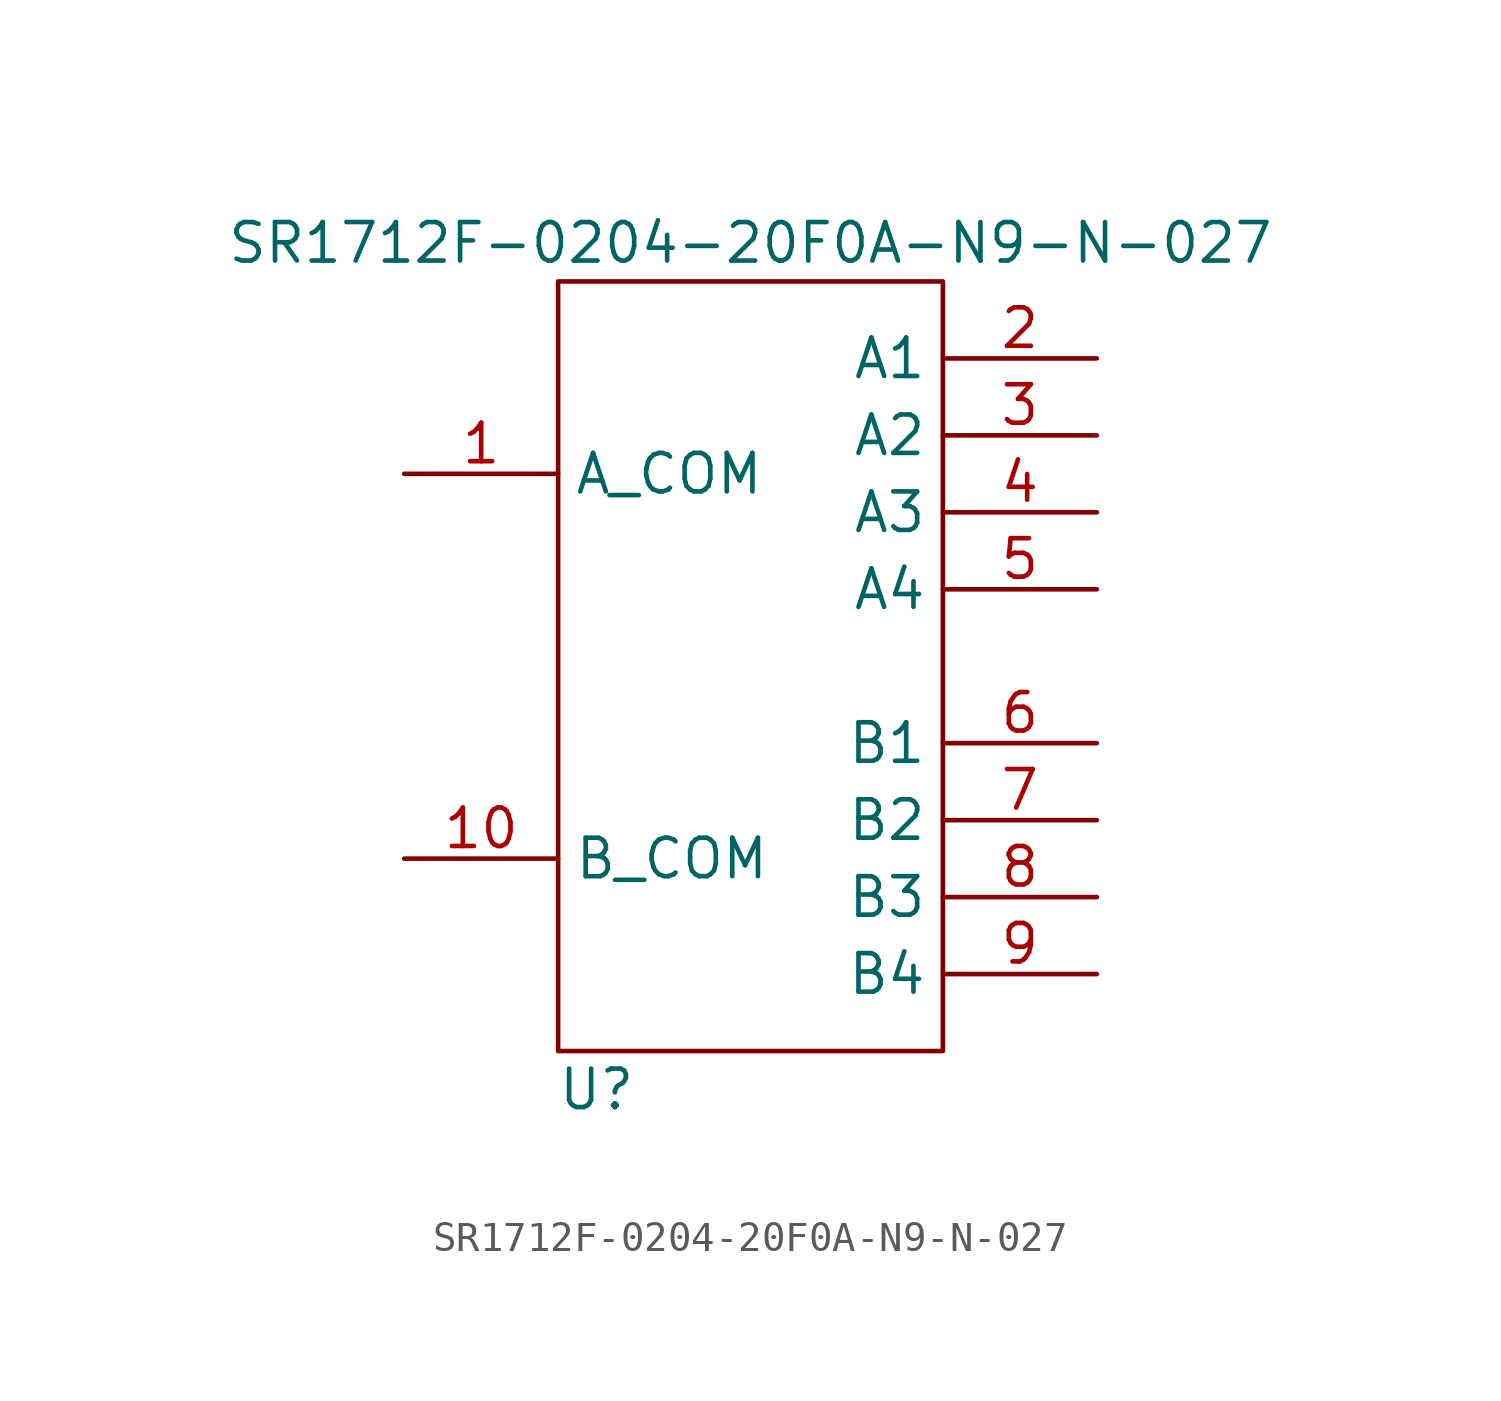
<source format=kicad_sym>
(kicad_symbol_lib
  (version 20211014)
  (generator kicad_symbol_editor)
  (symbol "SR1712F-0204-20F0A-N9-N-027"
    (property "Reference" "U"
      (at -5.08 -13.97 0)
      (effects (font (size 1.27 1.27))))
    (property "Value" "SR1712F-0204-20F0A-N9-N-027"
      (at 0 13.97 0)
      (effects (font (size 1.27 1.27))))
    (symbol "SR1712F-0204-20F0A-N9-N-027_0_1"
      (rectangle (start -6.35 12.7) (end 6.35 -12.7) (stroke (width 0.152) (type default) (color 0 0 0 0)) (fill (type none))))
    (symbol "SR1712F-0204-20F0A-N9-N-027_1_1"
      (pin passive line (at -11.43 6.35 0) (length 5.08) (name "A_COM" (effects (font (size 1.27 1.27)))) (number "1" (effects (font (size 1.27 1.27)))))
      (pin passive line (at -11.43 -6.35 0) (length 5.08) (name "B_COM" (effects (font (size 1.27 1.27)))) (number "10" (effects (font (size 1.27 1.27)))))
      (pin passive line (at 11.43 10.16 180) (length 5.08) (name "A1" (effects (font (size 1.27 1.27)))) (number "2" (effects (font (size 1.27 1.27)))))
      (pin passive line (at 11.43 7.62 180) (length 5.08) (name "A2" (effects (font (size 1.27 1.27)))) (number "3" (effects (font (size 1.27 1.27)))))
      (pin passive line (at 11.43 5.08 180) (length 5.08) (name "A3" (effects (font (size 1.27 1.27)))) (number "4" (effects (font (size 1.27 1.27)))))
      (pin passive line (at 11.43 2.54 180) (length 5.08) (name "A4" (effects (font (size 1.27 1.27)))) (number "5" (effects (font (size 1.27 1.27)))))
      (pin passive line (at 11.43 -2.54 180) (length 5.08) (name "B1" (effects (font (size 1.27 1.27)))) (number "6" (effects (font (size 1.27 1.27)))))
      (pin passive line (at 11.43 -5.08 180) (length 5.08) (name "B2" (effects (font (size 1.27 1.27)))) (number "7" (effects (font (size 1.27 1.27)))))
      (pin passive line (at 11.43 -7.62 180) (length 5.08) (name "B3" (effects (font (size 1.27 1.27)))) (number "8" (effects (font (size 1.27 1.27)))))
      (pin passive line (at 11.43 -10.16 180) (length 5.08) (name "B4" (effects (font (size 1.27 1.27)))) (number "9" (effects (font (size 1.27 1.27))))))))
</source>
